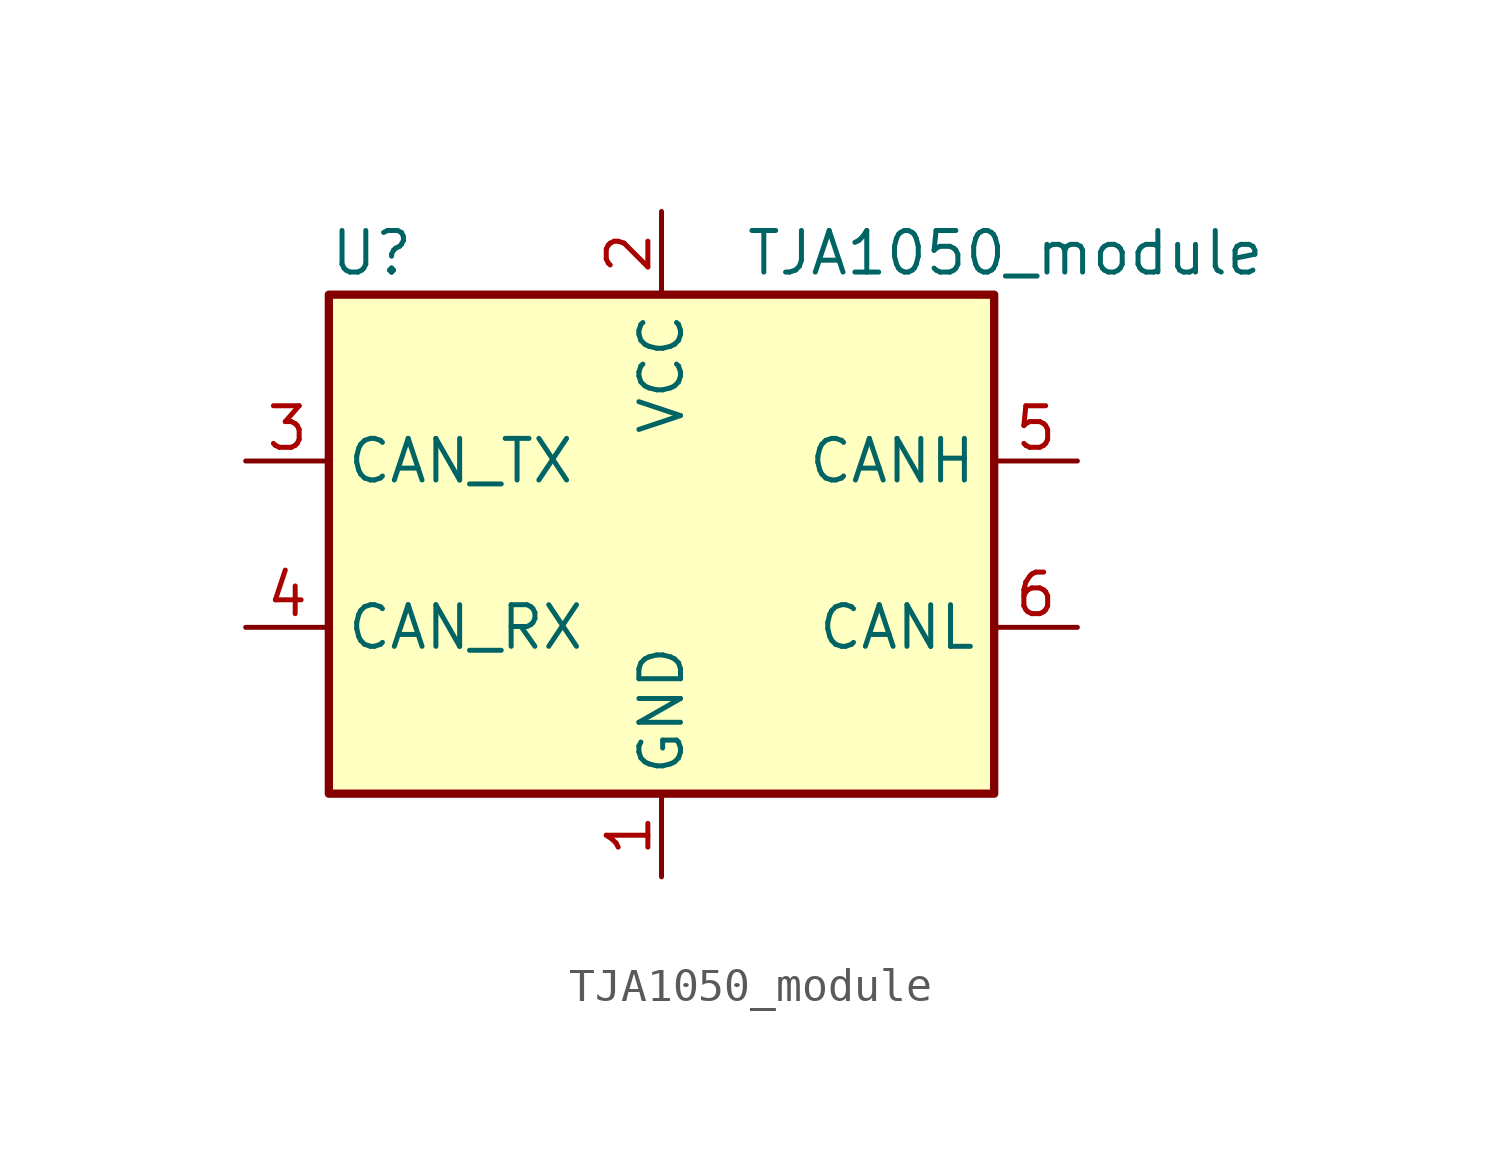
<source format=kicad_sym>
(kicad_symbol_lib
  (version 20211014)
  (generator kicad_symbol_editor)
  (symbol "TJA1050_module"
    (property "Reference" "U"
      (at -10.16 8.89 0)
      (effects (font (size 1.27 1.27)) (justify left)))
    (property "Value" "TJA1050_module"
      (at 2.54 8.89 0)
      (effects (font (size 1.27 1.27)) (justify left)))
    (symbol "TJA1050_module_0_1"
      (rectangle (start -10.16 7.62) (end 10.16 -7.62) (stroke (width 0.254) (type default) (color 0 0 0 0)) (fill (type background))))
    (symbol "TJA1050_module_1_1"
      (pin power_in line (at 0 -10.16 90) (length 2.54) (name "GND" (effects (font (size 1.27 1.27)))) (number "1" (effects (font (size 1.27 1.27)))))
      (pin power_in line (at 0 10.16 270) (length 2.54) (name "VCC" (effects (font (size 1.27 1.27)))) (number "2" (effects (font (size 1.27 1.27)))))
      (pin input line (at -12.7 2.54 0) (length 2.54) (name "CAN_TX" (effects (font (size 1.27 1.27)))) (number "3" (effects (font (size 1.27 1.27)))))
      (pin output line (at -12.7 -2.54 0) (length 2.54) (name "CAN_RX" (effects (font (size 1.27 1.27)))) (number "4" (effects (font (size 1.27 1.27)))))
      (pin bidirectional line (at 12.7 2.54 180) (length 2.54) (name "CANH" (effects (font (size 1.27 1.27)))) (number "5" (effects (font (size 1.27 1.27)))))
      (pin bidirectional line (at 12.7 -2.54 180) (length 2.54) (name "CANL" (effects (font (size 1.27 1.27)))) (number "6" (effects (font (size 1.27 1.27))))))))
</source>
